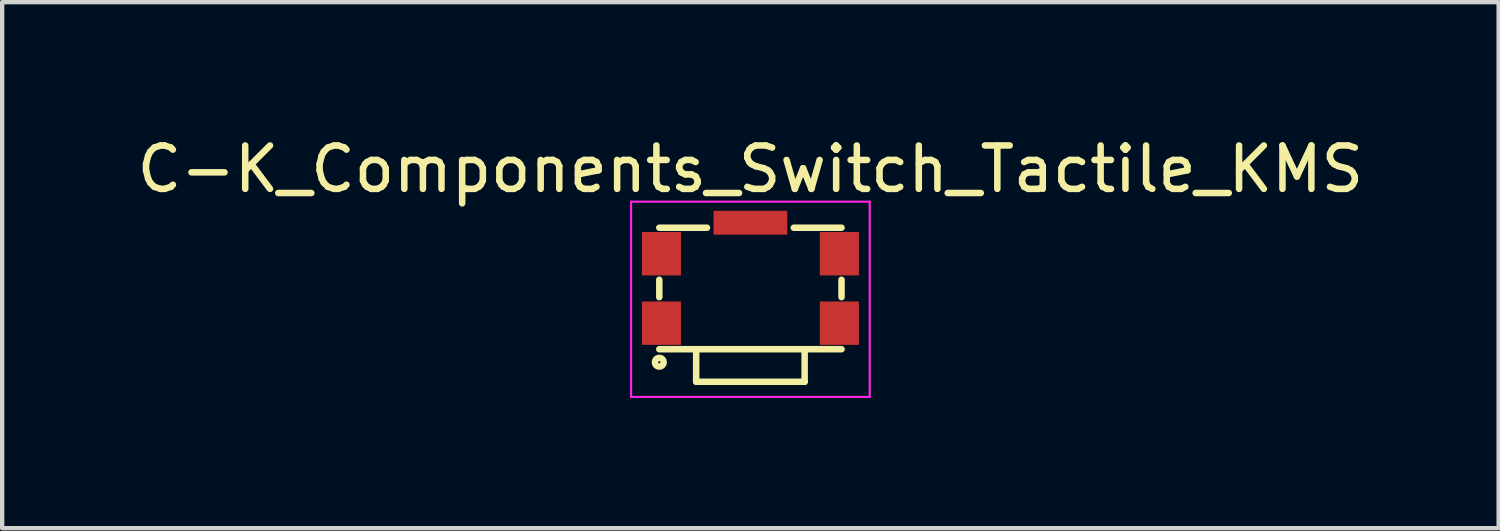
<source format=kicad_pcb>
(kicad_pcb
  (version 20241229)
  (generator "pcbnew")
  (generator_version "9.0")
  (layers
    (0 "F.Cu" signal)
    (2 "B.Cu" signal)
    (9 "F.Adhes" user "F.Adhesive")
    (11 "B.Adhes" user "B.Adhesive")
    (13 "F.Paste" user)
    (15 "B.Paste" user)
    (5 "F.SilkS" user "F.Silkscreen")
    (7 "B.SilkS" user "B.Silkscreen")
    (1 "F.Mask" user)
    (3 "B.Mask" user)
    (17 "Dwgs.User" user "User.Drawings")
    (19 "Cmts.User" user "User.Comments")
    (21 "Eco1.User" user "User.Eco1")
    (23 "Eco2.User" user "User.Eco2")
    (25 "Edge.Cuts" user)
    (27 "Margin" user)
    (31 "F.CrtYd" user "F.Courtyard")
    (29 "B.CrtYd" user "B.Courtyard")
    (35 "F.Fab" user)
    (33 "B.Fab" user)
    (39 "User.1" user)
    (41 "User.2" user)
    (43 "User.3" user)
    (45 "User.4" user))
  (footprint "C-K_Components_Switch_Tactile_KMS"
    (layer "F.Cu")
    (at 14.244 3.598)
    (property "Reference" "C-K_Components_Switch_Tactile_KMS" (at 0 -2.75 0) (layer "F.SilkS") (effects (font (size 1 1) (thickness 0.15))))
    (attr through_hole)
    (fp_line (start -2.1 -1.4) (end -1 -1.4) (stroke (width 0.15) (type solid)) (layer "F.SilkS"))
    (fp_line (start -2.1 -0.2) (end -2.1 0.2) (stroke (width 0.15) (type solid)) (layer "F.SilkS"))
    (fp_line (start -2.1 1.4) (end 2.1 1.4) (stroke (width 0.15) (type solid)) (layer "F.SilkS"))
    (fp_line (start -1.25 1.4) (end -1.25 2.15) (stroke (width 0.15) (type solid)) (layer "F.SilkS"))
    (fp_line (start -1.25 2.15) (end 1.25 2.15) (stroke (width 0.15) (type solid)) (layer "F.SilkS"))
    (fp_line (start 1 -1.4) (end 2.1 -1.4) (stroke (width 0.15) (type solid)) (layer "F.SilkS"))
    (fp_line (start 1.25 2.15) (end 1.25 1.4) (stroke (width 0.15) (type solid)) (layer "F.SilkS"))
    (fp_line (start 2.1 -0.2) (end 2.1 0.2) (stroke (width 0.15) (type solid)) (layer "F.SilkS"))
    (fp_circle (center -2.1 1.7) (end -2 1.7) (stroke (width 0.15) (type solid)) (fill no) (layer "F.SilkS"))
    (fp_line (start -2.75 -2) (end 2.75 -2) (stroke (width 0.05) (type solid)) (layer "F.CrtYd"))
    (fp_line (start -2.75 2.5) (end -2.75 -2) (stroke (width 0.05) (type solid)) (layer "F.CrtYd"))
    (fp_line (start 2.75 -2) (end 2.75 2.5) (stroke (width 0.05) (type solid)) (layer "F.CrtYd"))
    (fp_line (start 2.75 2.5) (end -2.75 2.5) (stroke (width 0.05) (type solid)) (layer "F.CrtYd"))
    (pad "1" smd rect (at -2.05 0.8) (size 0.9 1) (layers "F.Cu" "F.Mask" "F.Paste"))
    (pad "2" smd rect (at -2.05 -0.8) (size 0.9 1) (layers "F.Cu" "F.Mask" "F.Paste"))
    (pad "3" smd rect (at 0 -1.515) (size 1.7 0.55) (layers "F.Cu" "F.Mask" "F.Paste"))
    (pad "4" smd rect (at 2.05 -0.8) (size 0.9 1) (layers "F.Cu" "F.Mask" "F.Paste"))
    (pad "5" smd rect (at 2.05 0.8) (size 0.9 1) (layers "F.Cu" "F.Mask" "F.Paste")))
  (gr_rect
    (start -3 -3)
    (end 31.488 9.123)
    (stroke (width 0.1) (type default))
    (fill no)
    (layer "Edge.Cuts")))
</source>
